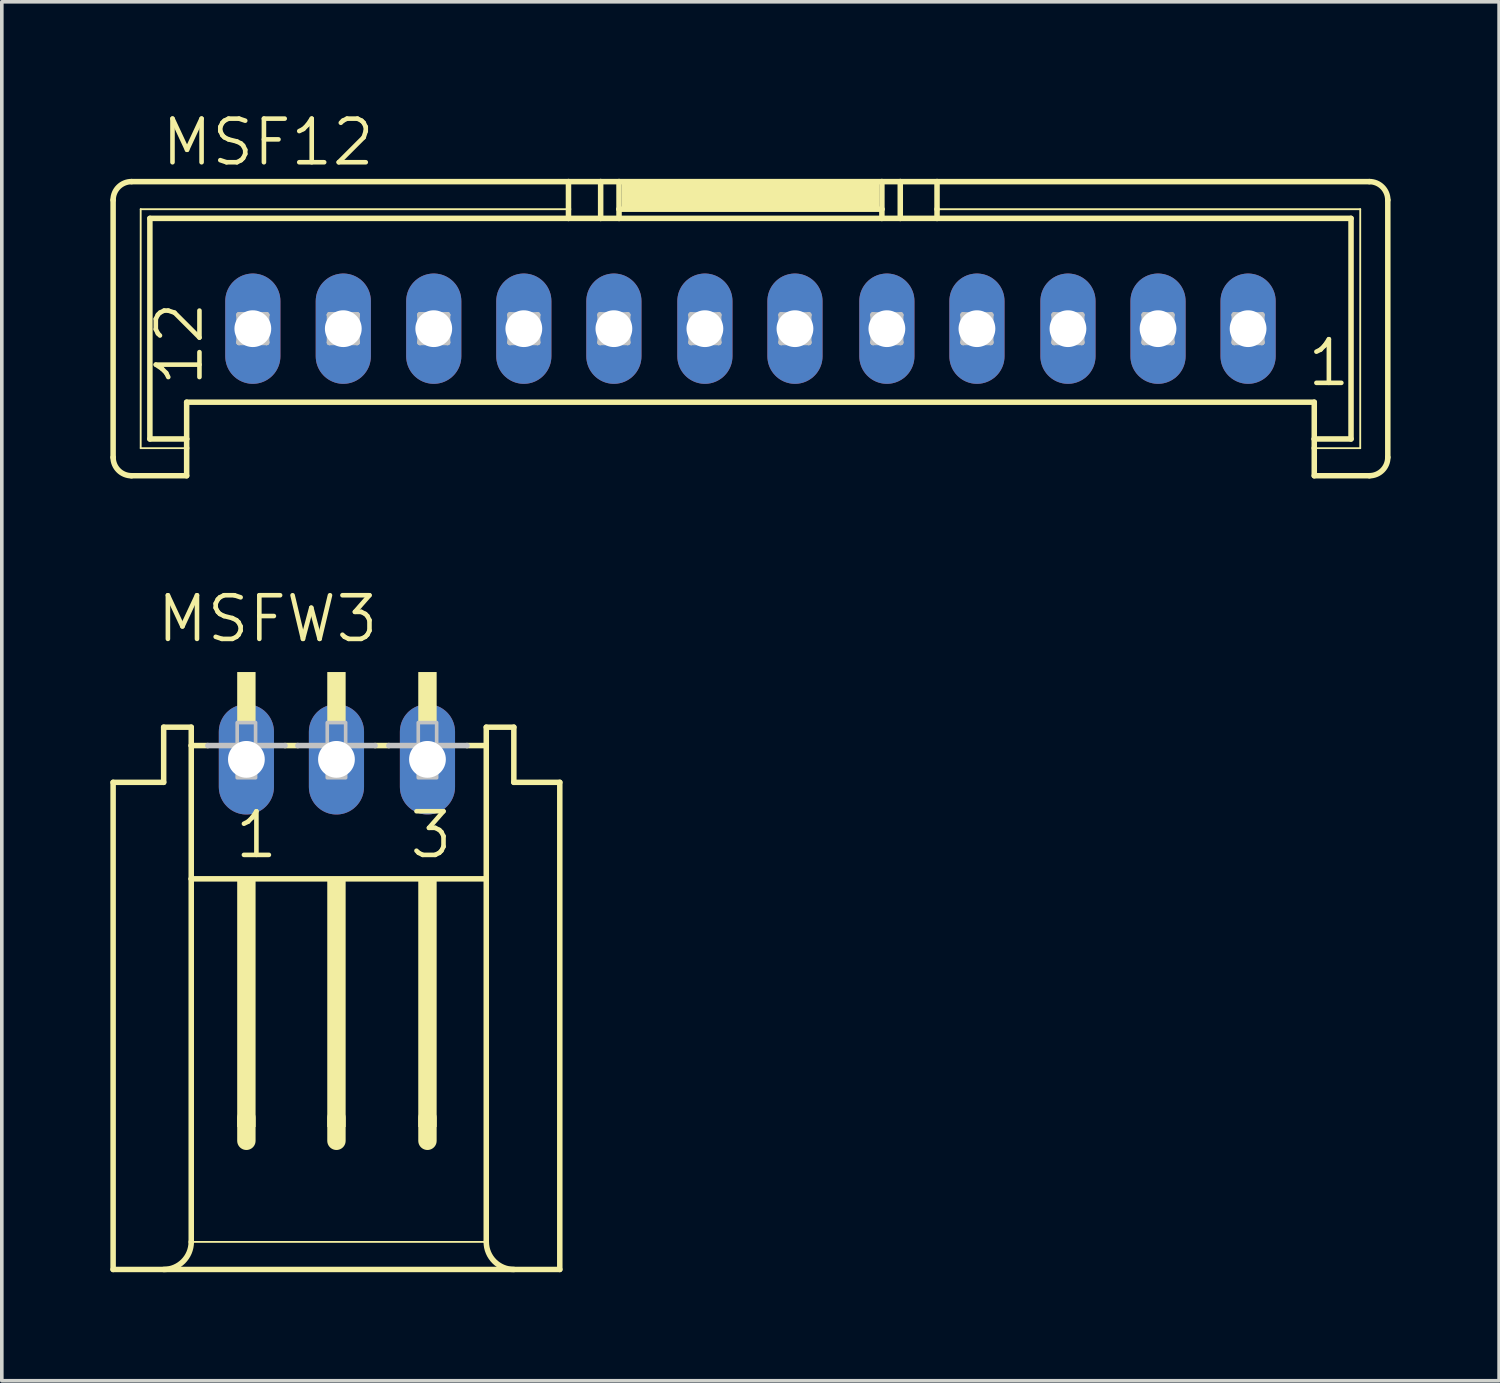
<source format=kicad_pcb>
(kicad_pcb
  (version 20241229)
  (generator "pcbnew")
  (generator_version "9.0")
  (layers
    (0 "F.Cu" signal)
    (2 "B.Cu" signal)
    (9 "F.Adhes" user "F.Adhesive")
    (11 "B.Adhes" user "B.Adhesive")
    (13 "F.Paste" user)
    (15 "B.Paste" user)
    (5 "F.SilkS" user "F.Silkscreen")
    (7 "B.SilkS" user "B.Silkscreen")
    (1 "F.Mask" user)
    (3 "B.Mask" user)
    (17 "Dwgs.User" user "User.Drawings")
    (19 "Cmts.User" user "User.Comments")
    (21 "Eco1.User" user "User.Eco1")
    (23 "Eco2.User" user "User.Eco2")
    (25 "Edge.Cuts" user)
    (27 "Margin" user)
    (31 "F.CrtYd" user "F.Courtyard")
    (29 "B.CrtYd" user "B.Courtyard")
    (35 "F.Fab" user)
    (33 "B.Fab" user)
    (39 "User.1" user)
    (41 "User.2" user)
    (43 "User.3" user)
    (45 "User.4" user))
  (footprint "MSF12"
    (layer "F.Cu")
    (at 17.689 3.493)
    (property "Reference" "MSF12" (at -16.343 -1.905 0) (layer "F.SilkS") (effects (font (size 1.206 1.206) (thickness 0.127)) (justify left bottom)))
    (attr through_hole)
    (fp_line (start -17.613 6.096) (end -17.613 -1.016) (stroke (width 0.152) (type solid)) (layer "F.SilkS"))
    (fp_line (start -17.105 -1.524) (end -5.029 -1.524) (stroke (width 0.152) (type solid)) (layer "F.SilkS"))
    (fp_line (start -16.851 -0.762) (end -5.029 -0.762) (stroke (width 0.051) (type solid)) (layer "F.SilkS"))
    (fp_line (start -16.851 5.842) (end -16.851 -0.762) (stroke (width 0.051) (type solid)) (layer "F.SilkS"))
    (fp_line (start -16.597 -0.508) (end -5.029 -0.508) (stroke (width 0.152) (type solid)) (layer "F.SilkS"))
    (fp_line (start -16.597 5.588) (end -16.597 -0.508) (stroke (width 0.152) (type solid)) (layer "F.SilkS"))
    (fp_line (start -15.581 5.588) (end -16.597 5.588) (stroke (width 0.152) (type solid)) (layer "F.SilkS"))
    (fp_line (start -15.581 5.588) (end -15.581 4.572) (stroke (width 0.152) (type solid)) (layer "F.SilkS"))
    (fp_line (start -15.581 5.588) (end -15.581 5.842) (stroke (width 0.152) (type solid)) (layer "F.SilkS"))
    (fp_line (start -15.581 5.842) (end -16.851 5.842) (stroke (width 0.051) (type solid)) (layer "F.SilkS"))
    (fp_line (start -15.581 5.842) (end -15.581 6.604) (stroke (width 0.152) (type solid)) (layer "F.SilkS"))
    (fp_line (start -15.581 6.604) (end -17.105 6.604) (stroke (width 0.152) (type solid)) (layer "F.SilkS"))
    (fp_line (start -5.029 -1.524) (end -5.029 -0.762) (stroke (width 0.152) (type solid)) (layer "F.SilkS"))
    (fp_line (start -5.029 -1.524) (end -4.14 -1.524) (stroke (width 0.152) (type solid)) (layer "F.SilkS"))
    (fp_line (start -5.029 -0.762) (end -5.029 -0.508) (stroke (width 0.152) (type solid)) (layer "F.SilkS"))
    (fp_line (start -5.029 -0.508) (end -4.14 -0.508) (stroke (width 0.152) (type solid)) (layer "F.SilkS"))
    (fp_line (start -4.14 -1.524) (end -4.14 -0.508) (stroke (width 0.152) (type solid)) (layer "F.SilkS"))
    (fp_line (start -4.14 -1.524) (end -3.632 -1.524) (stroke (width 0.152) (type solid)) (layer "F.SilkS"))
    (fp_line (start -4.14 -0.508) (end -3.632 -0.508) (stroke (width 0.152) (type solid)) (layer "F.SilkS"))
    (fp_line (start -3.632 -1.524) (end -3.632 -0.762) (stroke (width 0.152) (type solid)) (layer "F.SilkS"))
    (fp_line (start -3.632 -1.524) (end 3.632 -1.524) (stroke (width 0.152) (type solid)) (layer "F.SilkS"))
    (fp_line (start -3.632 -0.762) (end -3.632 -0.508) (stroke (width 0.152) (type solid)) (layer "F.SilkS"))
    (fp_line (start -3.632 -0.762) (end 3.632 -0.762) (stroke (width 0.152) (type solid)) (layer "F.SilkS"))
    (fp_line (start -3.632 -0.508) (end 3.632 -0.508) (stroke (width 0.152) (type solid)) (layer "F.SilkS"))
    (fp_line (start 3.632 -1.524) (end 3.632 -0.762) (stroke (width 0.152) (type solid)) (layer "F.SilkS"))
    (fp_line (start 3.632 -1.524) (end 4.14 -1.524) (stroke (width 0.152) (type solid)) (layer "F.SilkS"))
    (fp_line (start 3.632 -0.762) (end 3.632 -0.508) (stroke (width 0.152) (type solid)) (layer "F.SilkS"))
    (fp_line (start 3.632 -0.508) (end 4.14 -0.508) (stroke (width 0.152) (type solid)) (layer "F.SilkS"))
    (fp_line (start 4.14 -1.524) (end 4.14 -0.508) (stroke (width 0.152) (type solid)) (layer "F.SilkS"))
    (fp_line (start 4.14 -1.524) (end 5.156 -1.524) (stroke (width 0.152) (type solid)) (layer "F.SilkS"))
    (fp_line (start 4.14 -0.508) (end 5.156 -0.508) (stroke (width 0.152) (type solid)) (layer "F.SilkS"))
    (fp_line (start 5.156 -1.524) (end 5.156 -0.762) (stroke (width 0.152) (type solid)) (layer "F.SilkS"))
    (fp_line (start 5.156 -1.524) (end 17.105 -1.524) (stroke (width 0.152) (type solid)) (layer "F.SilkS"))
    (fp_line (start 5.156 -0.762) (end 5.156 -0.508) (stroke (width 0.152) (type solid)) (layer "F.SilkS"))
    (fp_line (start 5.156 -0.762) (end 16.851 -0.762) (stroke (width 0.051) (type solid)) (layer "F.SilkS"))
    (fp_line (start 5.156 -0.508) (end 16.597 -0.508) (stroke (width 0.152) (type solid)) (layer "F.SilkS"))
    (fp_line (start 15.581 4.572) (end -15.581 4.572) (stroke (width 0.152) (type solid)) (layer "F.SilkS"))
    (fp_line (start 15.581 5.588) (end 15.581 4.572) (stroke (width 0.152) (type solid)) (layer "F.SilkS"))
    (fp_line (start 15.581 5.842) (end 15.581 5.588) (stroke (width 0.152) (type solid)) (layer "F.SilkS"))
    (fp_line (start 15.581 6.604) (end 15.581 5.842) (stroke (width 0.152) (type solid)) (layer "F.SilkS"))
    (fp_line (start 16.597 -0.508) (end 16.597 5.588) (stroke (width 0.152) (type solid)) (layer "F.SilkS"))
    (fp_line (start 16.597 5.588) (end 15.581 5.588) (stroke (width 0.152) (type solid)) (layer "F.SilkS"))
    (fp_line (start 16.851 -0.762) (end 16.851 5.842) (stroke (width 0.051) (type solid)) (layer "F.SilkS"))
    (fp_line (start 16.851 5.842) (end 15.581 5.842) (stroke (width 0.051) (type solid)) (layer "F.SilkS"))
    (fp_line (start 17.105 6.604) (end 15.581 6.604) (stroke (width 0.152) (type solid)) (layer "F.SilkS"))
    (fp_line (start 17.613 -1.016) (end 17.613 6.096) (stroke (width 0.152) (type solid)) (layer "F.SilkS"))
    (fp_arc (start -17.613 -1.016) (mid -17.46421 -1.37521) (end -17.105 -1.524) (stroke (width 0.1524) (type solid)) (layer "F.SilkS"))
    (fp_arc (start -17.105 6.604) (mid -17.46421 6.45521) (end -17.613 6.096) (stroke (width 0.1524) (type solid)) (layer "F.SilkS"))
    (fp_arc (start 17.105 -1.524) (mid 17.46421 -1.37521) (end 17.613 -1.016) (stroke (width 0.1524) (type solid)) (layer "F.SilkS"))
    (fp_arc (start 17.613 6.096) (mid 17.46421 6.45521) (end 17.105 6.604) (stroke (width 0.1524) (type solid)) (layer "F.SilkS"))
    (fp_poly (pts (xy -3.556 -0.762) (xy 3.556 -0.762) (xy 3.556 -1.524) (xy -3.556 -1.524)) (stroke (width 0) (type solid)) (fill yes) (layer "F.SilkS"))
    (fp_line (start -14.133 2.159) (end -14.133 2.921) (stroke (width 0.152) (type solid)) (layer "Dwgs.User"))
    (fp_line (start -14.133 2.159) (end -13.371 2.921) (stroke (width 0.152) (type solid)) (layer "Dwgs.User"))
    (fp_line (start -14.133 2.921) (end -13.371 2.921) (stroke (width 0.152) (type solid)) (layer "Dwgs.User"))
    (fp_line (start -13.371 2.159) (end -14.133 2.159) (stroke (width 0.152) (type solid)) (layer "Dwgs.User"))
    (fp_line (start -13.371 2.159) (end -14.133 2.159) (stroke (width 0.152) (type solid)) (layer "Dwgs.User"))
    (fp_line (start -13.371 2.159) (end -14.133 2.921) (stroke (width 0.152) (type solid)) (layer "Dwgs.User"))
    (fp_line (start -13.371 2.921) (end -13.371 2.159) (stroke (width 0.152) (type solid)) (layer "Dwgs.User"))
    (fp_line (start -11.633 2.159) (end -11.633 2.921) (stroke (width 0.152) (type solid)) (layer "Dwgs.User"))
    (fp_line (start -11.633 2.159) (end -10.871 2.921) (stroke (width 0.152) (type solid)) (layer "Dwgs.User"))
    (fp_line (start -11.633 2.921) (end -10.871 2.921) (stroke (width 0.152) (type solid)) (layer "Dwgs.User"))
    (fp_line (start -10.871 2.159) (end -11.633 2.159) (stroke (width 0.152) (type solid)) (layer "Dwgs.User"))
    (fp_line (start -10.871 2.159) (end -11.633 2.159) (stroke (width 0.152) (type solid)) (layer "Dwgs.User"))
    (fp_line (start -10.871 2.159) (end -11.633 2.921) (stroke (width 0.152) (type solid)) (layer "Dwgs.User"))
    (fp_line (start -10.871 2.921) (end -10.871 2.159) (stroke (width 0.152) (type solid)) (layer "Dwgs.User"))
    (fp_line (start -9.133 2.159) (end -9.133 2.921) (stroke (width 0.152) (type solid)) (layer "Dwgs.User"))
    (fp_line (start -9.133 2.159) (end -8.371 2.921) (stroke (width 0.152) (type solid)) (layer "Dwgs.User"))
    (fp_line (start -9.133 2.921) (end -8.371 2.921) (stroke (width 0.152) (type solid)) (layer "Dwgs.User"))
    (fp_line (start -8.371 2.159) (end -9.133 2.159) (stroke (width 0.152) (type solid)) (layer "Dwgs.User"))
    (fp_line (start -8.371 2.159) (end -9.133 2.159) (stroke (width 0.152) (type solid)) (layer "Dwgs.User"))
    (fp_line (start -8.371 2.159) (end -9.133 2.921) (stroke (width 0.152) (type solid)) (layer "Dwgs.User"))
    (fp_line (start -8.371 2.921) (end -8.371 2.159) (stroke (width 0.152) (type solid)) (layer "Dwgs.User"))
    (fp_line (start -6.644 2.159) (end -6.644 2.921) (stroke (width 0.152) (type solid)) (layer "Dwgs.User"))
    (fp_line (start -6.644 2.159) (end -5.882 2.921) (stroke (width 0.152) (type solid)) (layer "Dwgs.User"))
    (fp_line (start -6.644 2.921) (end -5.882 2.921) (stroke (width 0.152) (type solid)) (layer "Dwgs.User"))
    (fp_line (start -5.882 2.159) (end -6.644 2.159) (stroke (width 0.152) (type solid)) (layer "Dwgs.User"))
    (fp_line (start -5.882 2.159) (end -6.644 2.921) (stroke (width 0.152) (type solid)) (layer "Dwgs.User"))
    (fp_line (start -5.882 2.921) (end -5.882 2.159) (stroke (width 0.152) (type solid)) (layer "Dwgs.User"))
    (fp_line (start -4.155 2.159) (end -4.155 2.921) (stroke (width 0.152) (type solid)) (layer "Dwgs.User"))
    (fp_line (start -4.155 2.159) (end -3.393 2.921) (stroke (width 0.152) (type solid)) (layer "Dwgs.User"))
    (fp_line (start -4.155 2.921) (end -3.393 2.921) (stroke (width 0.152) (type solid)) (layer "Dwgs.User"))
    (fp_line (start -3.393 2.159) (end -4.155 2.159) (stroke (width 0.152) (type solid)) (layer "Dwgs.User"))
    (fp_line (start -3.393 2.159) (end -4.155 2.921) (stroke (width 0.152) (type solid)) (layer "Dwgs.User"))
    (fp_line (start -3.393 2.921) (end -3.393 2.159) (stroke (width 0.152) (type solid)) (layer "Dwgs.User"))
    (fp_line (start -1.64 2.159) (end -1.64 2.921) (stroke (width 0.152) (type solid)) (layer "Dwgs.User"))
    (fp_line (start -1.64 2.159) (end -0.878 2.921) (stroke (width 0.152) (type solid)) (layer "Dwgs.User"))
    (fp_line (start -1.64 2.921) (end -0.878 2.921) (stroke (width 0.152) (type solid)) (layer "Dwgs.User"))
    (fp_line (start -0.878 2.159) (end -1.64 2.159) (stroke (width 0.152) (type solid)) (layer "Dwgs.User"))
    (fp_line (start -0.878 2.159) (end -1.64 2.921) (stroke (width 0.152) (type solid)) (layer "Dwgs.User"))
    (fp_line (start -0.878 2.921) (end -0.878 2.159) (stroke (width 0.152) (type solid)) (layer "Dwgs.User"))
    (fp_line (start 0.849 2.159) (end 0.849 2.921) (stroke (width 0.152) (type solid)) (layer "Dwgs.User"))
    (fp_line (start 0.849 2.159) (end 1.611 2.921) (stroke (width 0.152) (type solid)) (layer "Dwgs.User"))
    (fp_line (start 0.849 2.921) (end 1.611 2.921) (stroke (width 0.152) (type solid)) (layer "Dwgs.User"))
    (fp_line (start 1.611 2.159) (end 0.849 2.159) (stroke (width 0.152) (type solid)) (layer "Dwgs.User"))
    (fp_line (start 1.611 2.159) (end 0.849 2.921) (stroke (width 0.152) (type solid)) (layer "Dwgs.User"))
    (fp_line (start 1.611 2.921) (end 1.611 2.159) (stroke (width 0.152) (type solid)) (layer "Dwgs.User"))
    (fp_line (start 3.389 2.159) (end 3.389 2.921) (stroke (width 0.152) (type solid)) (layer "Dwgs.User"))
    (fp_line (start 3.389 2.159) (end 4.151 2.921) (stroke (width 0.152) (type solid)) (layer "Dwgs.User"))
    (fp_line (start 3.389 2.921) (end 4.151 2.921) (stroke (width 0.152) (type solid)) (layer "Dwgs.User"))
    (fp_line (start 4.151 2.159) (end 3.389 2.159) (stroke (width 0.152) (type solid)) (layer "Dwgs.User"))
    (fp_line (start 4.151 2.159) (end 3.389 2.921) (stroke (width 0.152) (type solid)) (layer "Dwgs.User"))
    (fp_line (start 4.151 2.921) (end 4.151 2.159) (stroke (width 0.152) (type solid)) (layer "Dwgs.User"))
    (fp_line (start 5.878 2.159) (end 5.878 2.921) (stroke (width 0.152) (type solid)) (layer "Dwgs.User"))
    (fp_line (start 5.878 2.159) (end 6.64 2.921) (stroke (width 0.152) (type solid)) (layer "Dwgs.User"))
    (fp_line (start 5.878 2.921) (end 6.64 2.921) (stroke (width 0.152) (type solid)) (layer "Dwgs.User"))
    (fp_line (start 6.64 2.159) (end 5.878 2.159) (stroke (width 0.152) (type solid)) (layer "Dwgs.User"))
    (fp_line (start 6.64 2.159) (end 5.878 2.921) (stroke (width 0.152) (type solid)) (layer "Dwgs.User"))
    (fp_line (start 6.64 2.921) (end 6.64 2.159) (stroke (width 0.152) (type solid)) (layer "Dwgs.User"))
    (fp_line (start 8.393 2.159) (end 8.393 2.921) (stroke (width 0.152) (type solid)) (layer "Dwgs.User"))
    (fp_line (start 8.393 2.159) (end 9.155 2.921) (stroke (width 0.152) (type solid)) (layer "Dwgs.User"))
    (fp_line (start 8.393 2.921) (end 9.155 2.921) (stroke (width 0.152) (type solid)) (layer "Dwgs.User"))
    (fp_line (start 9.155 2.159) (end 8.393 2.159) (stroke (width 0.152) (type solid)) (layer "Dwgs.User"))
    (fp_line (start 9.155 2.159) (end 8.393 2.921) (stroke (width 0.152) (type solid)) (layer "Dwgs.User"))
    (fp_line (start 9.155 2.921) (end 9.155 2.159) (stroke (width 0.152) (type solid)) (layer "Dwgs.User"))
    (fp_line (start 10.882 2.159) (end 10.882 2.921) (stroke (width 0.152) (type solid)) (layer "Dwgs.User"))
    (fp_line (start 10.882 2.159) (end 11.644 2.921) (stroke (width 0.152) (type solid)) (layer "Dwgs.User"))
    (fp_line (start 10.882 2.921) (end 11.644 2.921) (stroke (width 0.152) (type solid)) (layer "Dwgs.User"))
    (fp_line (start 11.644 2.159) (end 10.882 2.159) (stroke (width 0.152) (type solid)) (layer "Dwgs.User"))
    (fp_line (start 11.644 2.159) (end 10.882 2.921) (stroke (width 0.152) (type solid)) (layer "Dwgs.User"))
    (fp_line (start 11.644 2.921) (end 11.644 2.159) (stroke (width 0.152) (type solid)) (layer "Dwgs.User"))
    (fp_line (start 13.371 2.159) (end 13.371 2.921) (stroke (width 0.152) (type solid)) (layer "Dwgs.User"))
    (fp_line (start 13.371 2.159) (end 14.133 2.921) (stroke (width 0.152) (type solid)) (layer "Dwgs.User"))
    (fp_line (start 13.371 2.921) (end 14.133 2.921) (stroke (width 0.152) (type solid)) (layer "Dwgs.User"))
    (fp_line (start 14.133 2.159) (end 13.371 2.159) (stroke (width 0.152) (type solid)) (layer "Dwgs.User"))
    (fp_line (start 14.133 2.159) (end 13.371 2.921) (stroke (width 0.152) (type solid)) (layer "Dwgs.User"))
    (fp_line (start 14.133 2.921) (end 14.133 2.159) (stroke (width 0.152) (type solid)) (layer "Dwgs.User"))
    (fp_text user "12" (at -15.073 4.191 90) (layer "F.SilkS") (effects (font (size 1.206 1.206) (thickness 0.127)) (justify left bottom)))
    (fp_text user "1" (at 15.327 4.191 0) (layer "F.SilkS") (effects (font (size 1.206 1.206) (thickness 0.127)) (justify left bottom)))
    (pad "1" thru_hole oval (at 13.752 2.54 90) (size 3.048 1.524) (drill 1.016) (layers "*.Cu" "*.Mask"))
    (pad "2" thru_hole oval (at 11.263 2.54 90) (size 3.048 1.524) (drill 1.016) (layers "*.Cu" "*.Mask"))
    (pad "3" thru_hole oval (at 8.774 2.54 90) (size 3.048 1.524) (drill 1.016) (layers "*.Cu" "*.Mask"))
    (pad "4" thru_hole oval (at 6.259 2.54 90) (size 3.048 1.524) (drill 1.016) (layers "*.Cu" "*.Mask"))
    (pad "5" thru_hole oval (at 3.77 2.54 90) (size 3.048 1.524) (drill 1.016) (layers "*.Cu" "*.Mask"))
    (pad "6" thru_hole oval (at 1.23 2.54 90) (size 3.048 1.524) (drill 1.016) (layers "*.Cu" "*.Mask"))
    (pad "7" thru_hole oval (at -1.259 2.54 90) (size 3.048 1.524) (drill 1.016) (layers "*.Cu" "*.Mask"))
    (pad "8" thru_hole oval (at -3.774 2.54 90) (size 3.048 1.524) (drill 1.016) (layers "*.Cu" "*.Mask"))
    (pad "9" thru_hole oval (at -6.263 2.54 90) (size 3.048 1.524) (drill 1.016) (layers "*.Cu" "*.Mask"))
    (pad "10" thru_hole oval (at -8.752 2.54 90) (size 3.048 1.524) (drill 1.016) (layers "*.Cu" "*.Mask"))
    (pad "11" thru_hole oval (at -11.252 2.54 90) (size 3.048 1.524) (drill 1.016) (layers "*.Cu" "*.Mask"))
    (pad "12" thru_hole oval (at -13.752 2.54 90) (size 3.048 1.524) (drill 1.016) (layers "*.Cu" "*.Mask")))
  (footprint "MSFW3"
    (layer "F.Cu")
    (at 3.759 19.84)
    (property "Reference" "MSFW3" (at -2.54 -5.08 0) (layer "F.SilkS") (effects (font (size 1.206 1.206) (thickness 0.127)) (justify left bottom)))
    (attr through_hole)
    (fp_line (start -3.683 12.192) (end -3.683 -1.27) (stroke (width 0.152) (type solid)) (layer "F.SilkS"))
    (fp_line (start -3.683 12.192) (end 8.661 12.192) (stroke (width 0.152) (type solid)) (layer "F.SilkS"))
    (fp_line (start -2.286 -1.27) (end -3.683 -1.27) (stroke (width 0.152) (type solid)) (layer "F.SilkS"))
    (fp_line (start -2.286 -1.27) (end -2.286 -2.794) (stroke (width 0.152) (type solid)) (layer "F.SilkS"))
    (fp_line (start -1.524 -2.794) (end -2.286 -2.794) (stroke (width 0.152) (type solid)) (layer "F.SilkS"))
    (fp_line (start -1.524 -2.286) (end -1.524 -2.794) (stroke (width 0.152) (type solid)) (layer "F.SilkS"))
    (fp_line (start -1.524 1.397) (end -1.524 -2.286) (stroke (width 0.152) (type solid)) (layer "F.SilkS"))
    (fp_line (start -1.524 11.43) (end -1.524 1.397) (stroke (width 0.152) (type solid)) (layer "F.SilkS"))
    (fp_line (start -1.524 11.43) (end 6.629 11.43) (stroke (width 0.051) (type solid)) (layer "F.SilkS"))
    (fp_line (start -1.067 -2.286) (end -1.524 -2.286) (stroke (width 0.152) (type solid)) (layer "F.SilkS"))
    (fp_line (start 0 8.001) (end 0 8.636) (stroke (width 0.508) (type solid)) (layer "F.SilkS"))
    (fp_line (start 1.422 -2.286) (end 1.067 -2.286) (stroke (width 0.152) (type solid)) (layer "F.SilkS"))
    (fp_line (start 2.489 8.001) (end 2.489 8.636) (stroke (width 0.508) (type solid)) (layer "F.SilkS"))
    (fp_line (start 3.937 -2.286) (end 3.556 -2.286) (stroke (width 0.152) (type solid)) (layer "F.SilkS"))
    (fp_line (start 5.004 8.001) (end 5.004 8.636) (stroke (width 0.508) (type solid)) (layer "F.SilkS"))
    (fp_line (start 6.629 -2.794) (end 6.629 -2.286) (stroke (width 0.152) (type solid)) (layer "F.SilkS"))
    (fp_line (start 6.629 -2.286) (end 6.096 -2.286) (stroke (width 0.152) (type solid)) (layer "F.SilkS"))
    (fp_line (start 6.629 -2.286) (end 6.629 1.397) (stroke (width 0.152) (type solid)) (layer "F.SilkS"))
    (fp_line (start 6.629 1.397) (end -1.524 1.397) (stroke (width 0.152) (type solid)) (layer "F.SilkS"))
    (fp_line (start 6.629 1.397) (end 6.629 11.43) (stroke (width 0.152) (type solid)) (layer "F.SilkS"))
    (fp_line (start 7.391 -2.794) (end 6.629 -2.794) (stroke (width 0.152) (type solid)) (layer "F.SilkS"))
    (fp_line (start 7.391 -2.794) (end 7.391 -1.27) (stroke (width 0.152) (type solid)) (layer "F.SilkS"))
    (fp_line (start 8.661 -1.27) (end 7.391 -1.27) (stroke (width 0.152) (type solid)) (layer "F.SilkS"))
    (fp_line (start 8.661 -1.27) (end 8.661 12.192) (stroke (width 0.152) (type solid)) (layer "F.SilkS"))
    (fp_arc (start -1.524 11.43) (mid -1.747185 11.968815) (end -2.286 12.192) (stroke (width 0.1524) (type solid)) (layer "F.SilkS"))
    (fp_arc (start 7.3914 12.192) (mid 6.852585 11.968815) (end 6.6294 11.43) (stroke (width 0.1524) (type solid)) (layer "F.SilkS"))
    (fp_poly (pts (xy -0.254 -2.921) (xy 0.254 -2.921) (xy 0.254 -4.318) (xy -0.254 -4.318)) (stroke (width 0) (type solid)) (fill yes) (layer "F.SilkS"))
    (fp_poly (pts (xy -0.254 8.255) (xy 0.254 8.255) (xy 0.254 1.397) (xy -0.254 1.397)) (stroke (width 0) (type solid)) (fill yes) (layer "F.SilkS"))
    (fp_poly (pts (xy 2.235 -2.921) (xy 2.743 -2.921) (xy 2.743 -4.318) (xy 2.235 -4.318)) (stroke (width 0) (type solid)) (fill yes) (layer "F.SilkS"))
    (fp_poly (pts (xy 2.235 8.255) (xy 2.743 8.255) (xy 2.743 1.397) (xy 2.235 1.397)) (stroke (width 0) (type solid)) (fill yes) (layer "F.SilkS"))
    (fp_poly (pts (xy 4.75 -2.921) (xy 5.258 -2.921) (xy 5.258 -4.318) (xy 4.75 -4.318)) (stroke (width 0) (type solid)) (fill yes) (layer "F.SilkS"))
    (fp_poly (pts (xy 4.75 8.255) (xy 5.258 8.255) (xy 5.258 1.397) (xy 4.75 1.397)) (stroke (width 0) (type solid)) (fill yes) (layer "F.SilkS"))
    (fp_line (start -1.067 -2.286) (end 1.067 -2.286) (stroke (width 0.152) (type solid)) (layer "Dwgs.User"))
    (fp_line (start 1.422 -2.286) (end 3.556 -2.286) (stroke (width 0.152) (type solid)) (layer "Dwgs.User"))
    (fp_line (start 3.937 -2.286) (end 6.096 -2.286) (stroke (width 0.152) (type solid)) (layer "Dwgs.User"))
    (fp_poly (pts (xy -0.254 -1.397) (xy 0.254 -1.397) (xy 0.254 -2.921) (xy -0.254 -2.921)) (stroke (width 0.1) (type solid)) (fill no) (layer "Dwgs.User"))
    (fp_poly (pts (xy 2.235 -1.397) (xy 2.743 -1.397) (xy 2.743 -2.921) (xy 2.235 -2.921)) (stroke (width 0.1) (type solid)) (fill no) (layer "Dwgs.User"))
    (fp_poly (pts (xy 4.75 -1.397) (xy 5.258 -1.397) (xy 5.258 -2.921) (xy 4.75 -2.921)) (stroke (width 0.1) (type solid)) (fill no) (layer "Dwgs.User"))
    (fp_text user "3" (at 4.445 0.889 0) (layer "F.SilkS") (effects (font (size 1.206 1.206) (thickness 0.127)) (justify left bottom)))
    (fp_text user "1" (at -0.381 0.889 0) (layer "F.SilkS") (effects (font (size 1.206 1.206) (thickness 0.127)) (justify left bottom)))
    (pad "1" thru_hole oval (at 0 -1.905 90) (size 3.048 1.524) (drill 1.016) (layers "*.Cu" "*.Mask"))
    (pad "2" thru_hole oval (at 2.489 -1.905 90) (size 3.048 1.524) (drill 1.016) (layers "*.Cu" "*.Mask"))
    (pad "3" thru_hole oval (at 5.004 -1.905 90) (size 3.048 1.524) (drill 1.016) (layers "*.Cu" "*.Mask")))
  (gr_rect
    (start -3 -3)
    (end 38.378 35.108)
    (stroke (width 0.1) (type default))
    (fill no)
    (layer "Edge.Cuts")))
</source>
